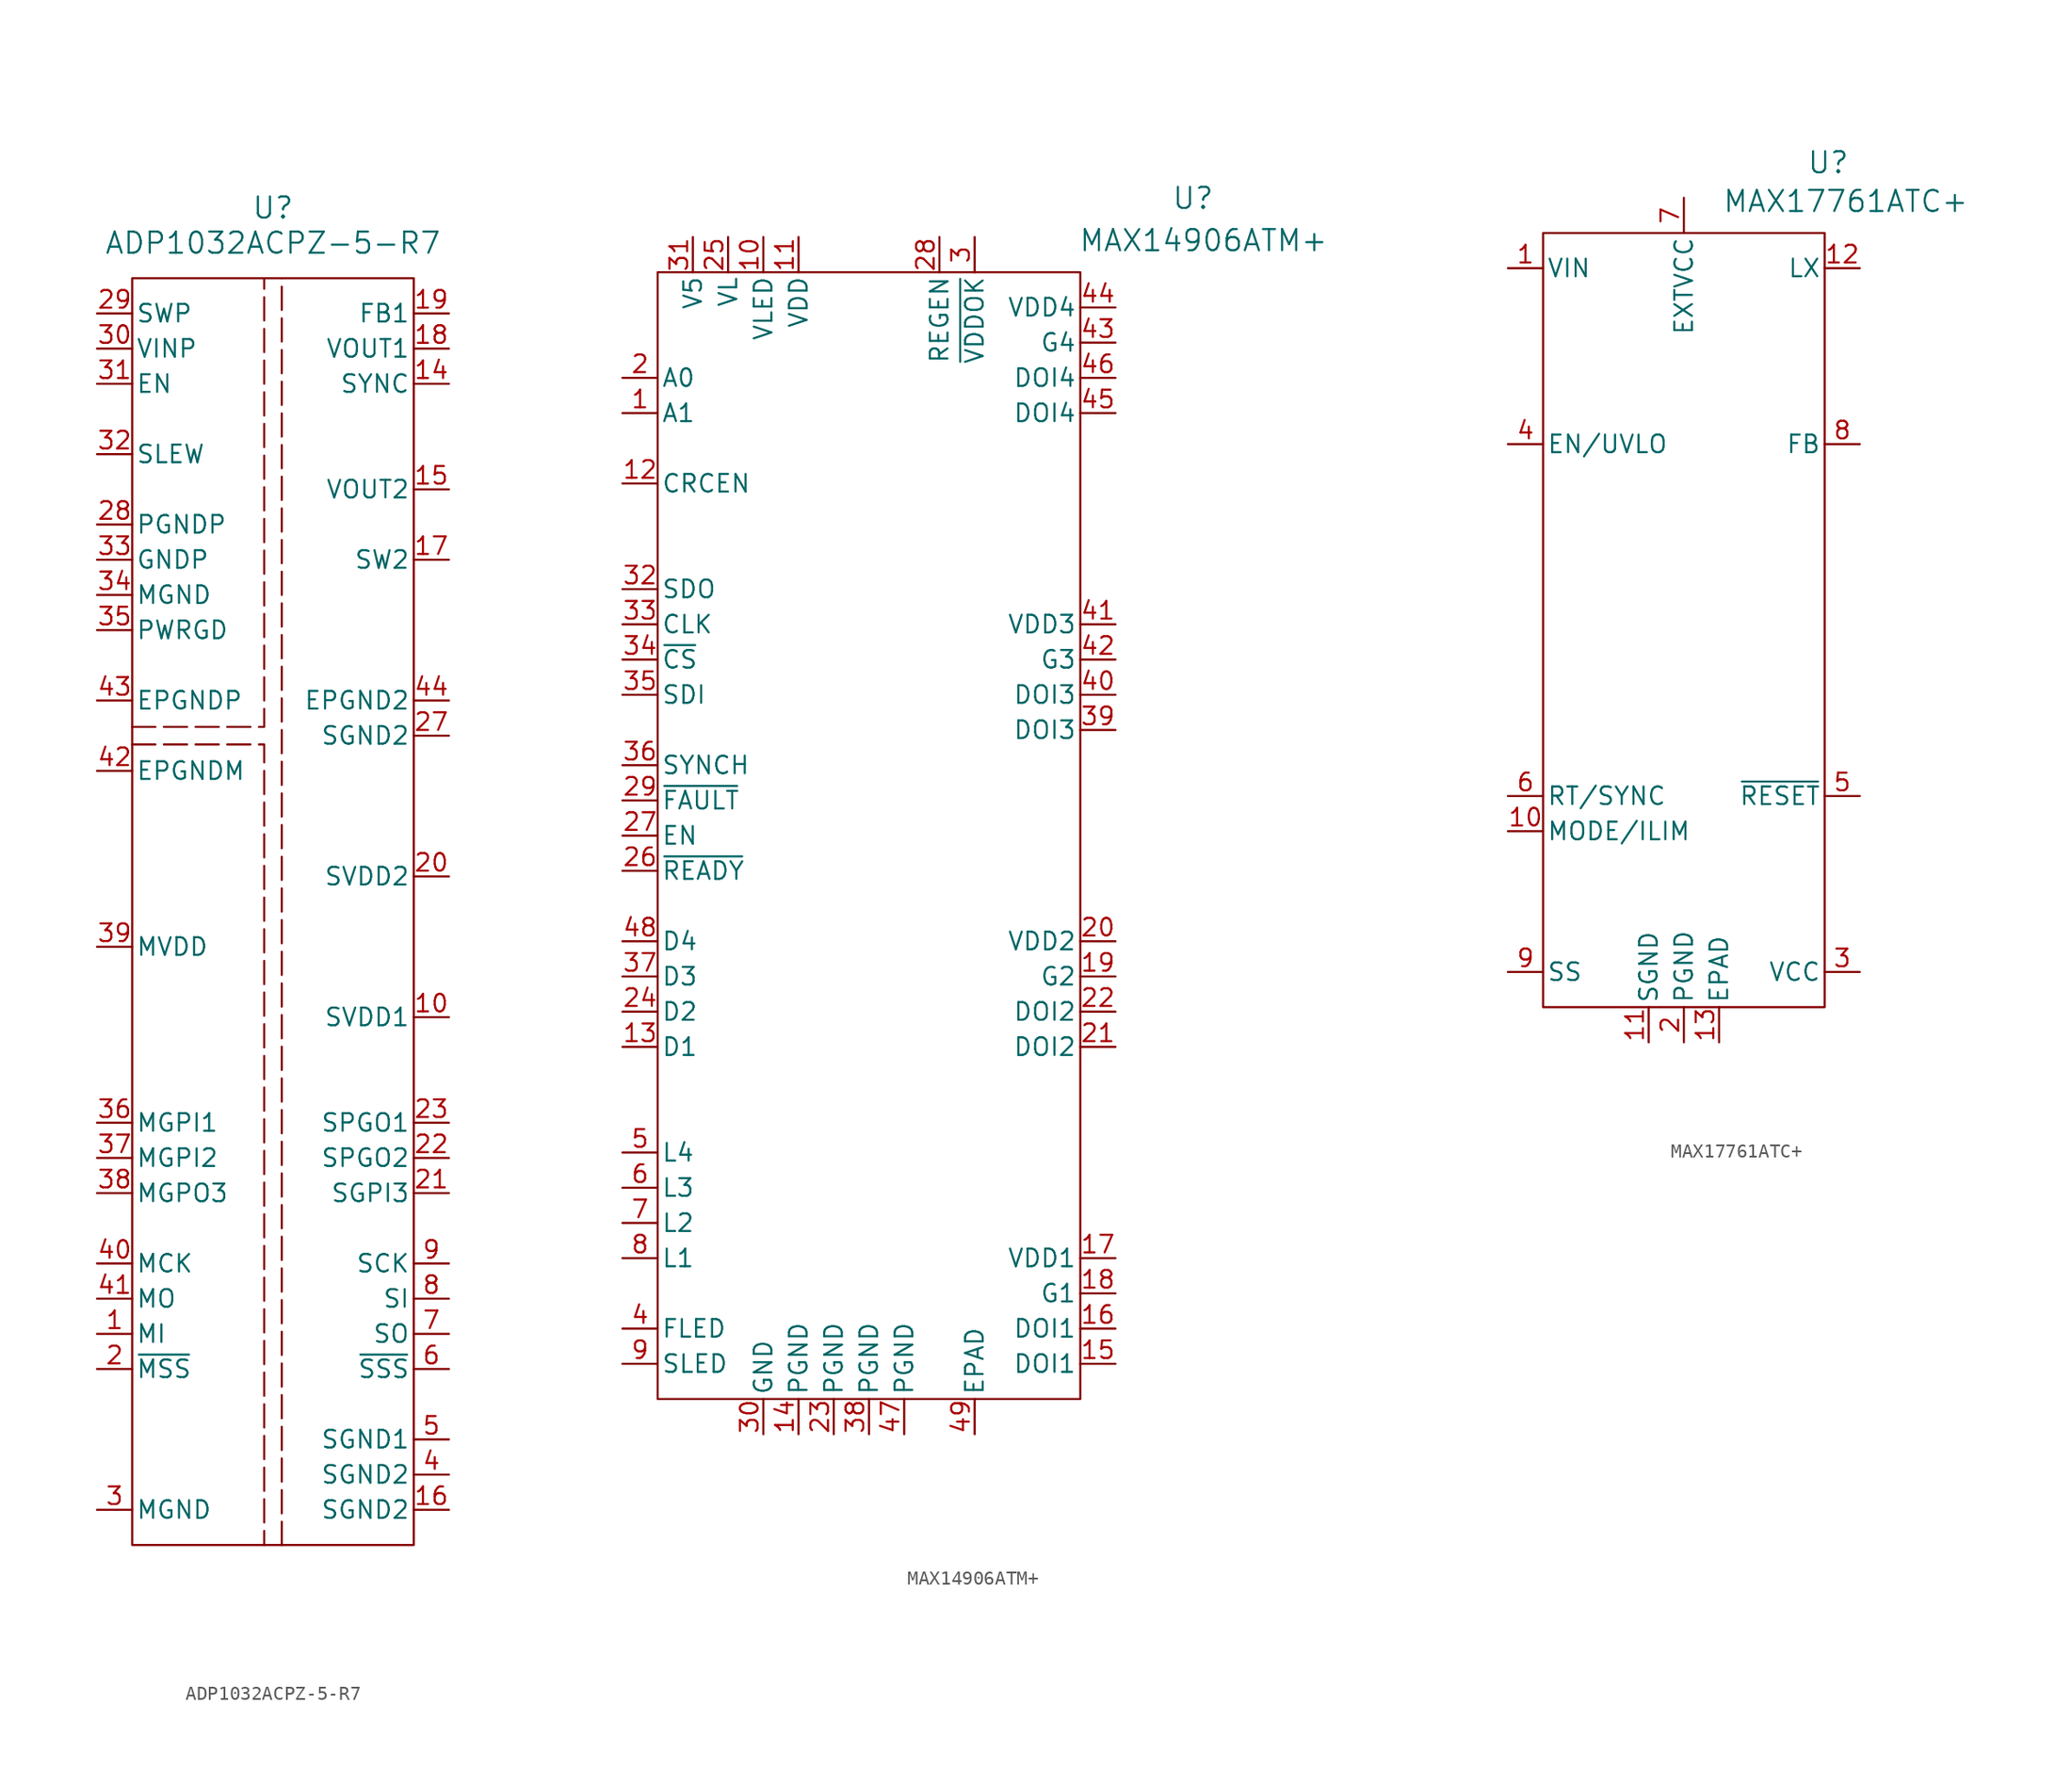
<source format=kicad_sym>
(kicad_symbol_lib
  (version 20231120)
  (generator "kicad_symbol_editor")
  (generator_version "8.0")
  (symbol "ADP1032ACPZ-5-R7"
    (pin_names
      (offset 0.254))
    (property "Reference" "U"
      (at 0 53.34 0)
      (effects (font (size 1.524 1.524))))
    (property "Value" "ADP1032ACPZ-5-R7"
      (at 0 50.8 0)
      (effects (font (size 1.524 1.524))))
    (symbol "ADP1032ACPZ-5-R7_0_1"
      (pin output line (at -12.7 -27.94 0) (length 2.54) (name "MI" (effects (font (size 1.27 1.27)))) (number "1" (effects (font (size 1.27 1.27)))))
      (pin power_in line (at 12.7 -5.08 180) (length 2.54) (name "SVDD1" (effects (font (size 1.27 1.27)))) (number "10" (effects (font (size 1.27 1.27)))))
      (pin input line (at 12.7 40.64 180) (length 2.54) (name "SYNC" (effects (font (size 1.27 1.27)))) (number "14" (effects (font (size 1.27 1.27)))))
      (pin power_in line (at 12.7 33.02 180) (length 2.54) (name "VOUT2" (effects (font (size 1.27 1.27)))) (number "15" (effects (font (size 1.27 1.27)))))
      (pin power_out line (at 12.7 -40.64 180) (length 2.54) (name "SGND2" (effects (font (size 1.27 1.27)))) (number "16" (effects (font (size 1.27 1.27)))))
      (pin unspecified line (at 12.7 27.94 180) (length 2.54) (name "SW2" (effects (font (size 1.27 1.27)))) (number "17" (effects (font (size 1.27 1.27)))))
      (pin power_in line (at 12.7 43.18 180) (length 2.54) (name "VOUT1" (effects (font (size 1.27 1.27)))) (number "18" (effects (font (size 1.27 1.27)))))
      (pin unspecified line (at 12.7 45.72 180) (length 2.54) (name "FB1" (effects (font (size 1.27 1.27)))) (number "19" (effects (font (size 1.27 1.27)))))
      (pin power_in line (at 12.7 5.08 180) (length 2.54) (name "SVDD2" (effects (font (size 1.27 1.27)))) (number "20" (effects (font (size 1.27 1.27)))))
      (pin input line (at 12.7 -17.78 180) (length 2.54) (name "SGPI3" (effects (font (size 1.27 1.27)))) (number "21" (effects (font (size 1.27 1.27)))))
      (pin output line (at 12.7 -15.24 180) (length 2.54) (name "SPGO2" (effects (font (size 1.27 1.27)))) (number "22" (effects (font (size 1.27 1.27)))))
      (pin output line (at 12.7 -12.7 180) (length 2.54) (name "SPGO1" (effects (font (size 1.27 1.27)))) (number "23" (effects (font (size 1.27 1.27)))))
      (pin power_out line (at 12.7 15.24 180) (length 2.54) (name "SGND2" (effects (font (size 1.27 1.27)))) (number "27" (effects (font (size 1.27 1.27)))))
      (pin power_out line (at -12.7 30.48 0) (length 2.54) (name "PGNDP" (effects (font (size 1.27 1.27)))) (number "28" (effects (font (size 1.27 1.27)))))
      (pin unspecified line (at -12.7 45.72 0) (length 2.54) (name "SWP" (effects (font (size 1.27 1.27)))) (number "29" (effects (font (size 1.27 1.27)))))
      (pin power_out line (at -12.7 -40.64 0) (length 2.54) (name "MGND" (effects (font (size 1.27 1.27)))) (number "3" (effects (font (size 1.27 1.27)))))
      (pin power_in line (at -12.7 43.18 0) (length 2.54) (name "VINP" (effects (font (size 1.27 1.27)))) (number "30" (effects (font (size 1.27 1.27)))))
      (pin input line (at -12.7 40.64 0) (length 2.54) (name "EN" (effects (font (size 1.27 1.27)))) (number "31" (effects (font (size 1.27 1.27)))))
      (pin input line (at -12.7 35.56 0) (length 2.54) (name "SLEW" (effects (font (size 1.27 1.27)))) (number "32" (effects (font (size 1.27 1.27)))))
      (pin power_out line (at -12.7 27.94 0) (length 2.54) (name "GNDP" (effects (font (size 1.27 1.27)))) (number "33" (effects (font (size 1.27 1.27)))))
      (pin power_out line (at -12.7 25.4 0) (length 2.54) (name "MGND" (effects (font (size 1.27 1.27)))) (number "34" (effects (font (size 1.27 1.27)))))
      (pin power_out line (at -12.7 22.86 0) (length 2.54) (name "PWRGD" (effects (font (size 1.27 1.27)))) (number "35" (effects (font (size 1.27 1.27)))))
      (pin input line (at -12.7 -12.7 0) (length 2.54) (name "MGPI1" (effects (font (size 1.27 1.27)))) (number "36" (effects (font (size 1.27 1.27)))))
      (pin input line (at -12.7 -15.24 0) (length 2.54) (name "MGPI2" (effects (font (size 1.27 1.27)))) (number "37" (effects (font (size 1.27 1.27)))))
      (pin output line (at -12.7 -17.78 0) (length 2.54) (name "MGPO3" (effects (font (size 1.27 1.27)))) (number "38" (effects (font (size 1.27 1.27)))))
      (pin power_in line (at -12.7 0 0) (length 2.54) (name "MVDD" (effects (font (size 1.27 1.27)))) (number "39" (effects (font (size 1.27 1.27)))))
      (pin power_out line (at 12.7 -38.1 180) (length 2.54) (name "SGND2" (effects (font (size 1.27 1.27)))) (number "4" (effects (font (size 1.27 1.27)))))
      (pin input line (at -12.7 -22.86 0) (length 2.54) (name "MCK" (effects (font (size 1.27 1.27)))) (number "40" (effects (font (size 1.27 1.27)))))
      (pin input line (at -12.7 -25.4 0) (length 2.54) (name "MO" (effects (font (size 1.27 1.27)))) (number "41" (effects (font (size 1.27 1.27)))))
      (pin power_out line (at -12.7 12.7 0) (length 2.54) (name "EPGNDM" (effects (font (size 1.27 1.27)))) (number "42" (effects (font (size 1.27 1.27)))))
      (pin power_out line (at -12.7 17.78 0) (length 2.54) (name "EPGNDP" (effects (font (size 1.27 1.27)))) (number "43" (effects (font (size 1.27 1.27)))))
      (pin power_out line (at 12.7 17.78 180) (length 2.54) (name "EPGND2" (effects (font (size 1.27 1.27)))) (number "44" (effects (font (size 1.27 1.27)))))
      (pin power_out line (at 12.7 -35.56 180) (length 2.54) (name "SGND1" (effects (font (size 1.27 1.27)))) (number "5" (effects (font (size 1.27 1.27)))))
      (pin input line (at 12.7 -27.94 180) (length 2.54) (name "SO" (effects (font (size 1.27 1.27)))) (number "7" (effects (font (size 1.27 1.27)))))
      (pin output line (at 12.7 -25.4 180) (length 2.54) (name "SI" (effects (font (size 1.27 1.27)))) (number "8" (effects (font (size 1.27 1.27)))))
      (pin output line (at 12.7 -22.86 180) (length 2.54) (name "SCK" (effects (font (size 1.27 1.27)))) (number "9" (effects (font (size 1.27 1.27))))))
    (symbol "ADP1032ACPZ-5-R7_1_1"
      (rectangle (start -10.16 48.26) (end 10.16 -43.18) (stroke (width 0) (type default)) (fill (type none)))
      (polyline (pts (xy 0.635 -43.18) (xy 0.635 48.26)) (stroke (width 0) (type dash)) (fill (type none)))
      (polyline (pts (xy -10.16 14.605) (xy -0.635 14.605) (xy -0.635 -43.18)) (stroke (width 0) (type dash)) (fill (type none)))
      (polyline (pts (xy -10.16 15.875) (xy -0.635 15.875) (xy -0.635 48.26)) (stroke (width 0) (type dash)) (fill (type none)))
      (pin no_connect line (at 12.7 -2.54 180) (length 2.54) hide (name "DNC" (effects (font (size 1.27 1.27)))) (number "11" (effects (font (size 1.27 1.27)))))
      (pin no_connect line (at 12.7 0 180) (length 2.54) hide (name "DNC" (effects (font (size 1.27 1.27)))) (number "12" (effects (font (size 1.27 1.27)))))
      (pin no_connect line (at 12.7 2.54 180) (length 2.54) hide (name "DNC" (effects (font (size 1.27 1.27)))) (number "13" (effects (font (size 1.27 1.27)))))
      (pin input line (at -12.7 -30.48 0) (length 2.54) (name "~{MSS}" (effects (font (size 1.27 1.27)))) (number "2" (effects (font (size 1.27 1.27)))))
      (pin no_connect line (at 12.7 7.62 180) (length 2.54) hide (name "DNC" (effects (font (size 1.27 1.27)))) (number "24" (effects (font (size 1.27 1.27)))))
      (pin no_connect line (at 12.7 10.16 180) (length 2.54) hide (name "DNC" (effects (font (size 1.27 1.27)))) (number "25" (effects (font (size 1.27 1.27)))))
      (pin no_connect line (at 12.7 12.7 180) (length 2.54) hide (name "DNC" (effects (font (size 1.27 1.27)))) (number "26" (effects (font (size 1.27 1.27)))))
      (pin output line (at 12.7 -30.48 180) (length 2.54) (name "~{SSS}" (effects (font (size 1.27 1.27)))) (number "6" (effects (font (size 1.27 1.27)))))))
  (symbol "MAX14906ATM+"
    (pin_names
      (offset 0.254))
    (property "Reference" "U"
      (at 23.368 45.974 0)
      (effects (font (size 1.524 1.524))))
    (property "Value" "MAX14906ATM+"
      (at 24.13 42.926 0)
      (effects (font (size 1.524 1.524))))
    (symbol "MAX14906ATM+_1_1"
      (rectangle (start -15.24 40.64) (end 15.24 -40.64) (stroke (width 0) (type default)) (fill (type none)))
      (pin unspecified line (at -17.78 30.48 0) (length 2.54) (name "A1" (effects (font (size 1.27 1.27)))) (number "1" (effects (font (size 1.27 1.27)))))
      (pin unspecified line (at -7.62 43.18 270) (length 2.54) (name "VLED" (effects (font (size 1.27 1.27)))) (number "10" (effects (font (size 1.27 1.27)))))
      (pin power_in line (at -5.08 43.18 270) (length 2.54) (name "VDD" (effects (font (size 1.27 1.27)))) (number "11" (effects (font (size 1.27 1.27)))))
      (pin unspecified line (at -17.78 25.4 0) (length 2.54) (name "CRCEN" (effects (font (size 1.27 1.27)))) (number "12" (effects (font (size 1.27 1.27)))))
      (pin bidirectional line (at -17.78 -15.24 0) (length 2.54) (name "D1" (effects (font (size 1.27 1.27)))) (number "13" (effects (font (size 1.27 1.27)))))
      (pin power_in line (at -5.08 -43.18 90) (length 2.54) (name "PGND" (effects (font (size 1.27 1.27)))) (number "14" (effects (font (size 1.27 1.27)))))
      (pin bidirectional line (at 17.78 -38.1 180) (length 2.54) (name "DOI1" (effects (font (size 1.27 1.27)))) (number "15" (effects (font (size 1.27 1.27)))))
      (pin bidirectional line (at 17.78 -35.56 180) (length 2.54) (name "DOI1" (effects (font (size 1.27 1.27)))) (number "16" (effects (font (size 1.27 1.27)))))
      (pin power_in line (at 17.78 -30.48 180) (length 2.54) (name "VDD1" (effects (font (size 1.27 1.27)))) (number "17" (effects (font (size 1.27 1.27)))))
      (pin output line (at 17.78 -33.02 180) (length 2.54) (name "G1" (effects (font (size 1.27 1.27)))) (number "18" (effects (font (size 1.27 1.27)))))
      (pin output line (at 17.78 -10.16 180) (length 2.54) (name "G2" (effects (font (size 1.27 1.27)))) (number "19" (effects (font (size 1.27 1.27)))))
      (pin unspecified line (at -17.78 33.02 0) (length 2.54) (name "A0" (effects (font (size 1.27 1.27)))) (number "2" (effects (font (size 1.27 1.27)))))
      (pin power_in line (at 17.78 -7.62 180) (length 2.54) (name "VDD2" (effects (font (size 1.27 1.27)))) (number "20" (effects (font (size 1.27 1.27)))))
      (pin bidirectional line (at 17.78 -15.24 180) (length 2.54) (name "DOI2" (effects (font (size 1.27 1.27)))) (number "21" (effects (font (size 1.27 1.27)))))
      (pin bidirectional line (at 17.78 -12.7 180) (length 2.54) (name "DOI2" (effects (font (size 1.27 1.27)))) (number "22" (effects (font (size 1.27 1.27)))))
      (pin power_in line (at -2.54 -43.18 90) (length 2.54) (name "PGND" (effects (font (size 1.27 1.27)))) (number "23" (effects (font (size 1.27 1.27)))))
      (pin bidirectional line (at -17.78 -12.7 0) (length 2.54) (name "D2" (effects (font (size 1.27 1.27)))) (number "24" (effects (font (size 1.27 1.27)))))
      (pin input line (at -10.16 43.18 270) (length 2.54) (name "VL" (effects (font (size 1.27 1.27)))) (number "25" (effects (font (size 1.27 1.27)))))
      (pin output line (at -17.78 -2.54 0) (length 2.54) (name "~{READY}" (effects (font (size 1.27 1.27)))) (number "26" (effects (font (size 1.27 1.27)))))
      (pin unspecified line (at -17.78 0 0) (length 2.54) (name "EN" (effects (font (size 1.27 1.27)))) (number "27" (effects (font (size 1.27 1.27)))))
      (pin input line (at 5.08 43.18 270) (length 2.54) (name "REGEN" (effects (font (size 1.27 1.27)))) (number "28" (effects (font (size 1.27 1.27)))))
      (pin output line (at -17.78 2.54 0) (length 2.54) (name "~{FAULT}" (effects (font (size 1.27 1.27)))) (number "29" (effects (font (size 1.27 1.27)))))
      (pin output line (at 7.62 43.18 270) (length 2.54) (name "~{VDDOK}" (effects (font (size 1.27 1.27)))) (number "3" (effects (font (size 1.27 1.27)))))
      (pin power_in line (at -7.62 -43.18 90) (length 2.54) (name "GND" (effects (font (size 1.27 1.27)))) (number "30" (effects (font (size 1.27 1.27)))))
      (pin power_in line (at -12.7 43.18 270) (length 2.54) (name "V5" (effects (font (size 1.27 1.27)))) (number "31" (effects (font (size 1.27 1.27)))))
      (pin output line (at -17.78 17.78 0) (length 2.54) (name "SDO" (effects (font (size 1.27 1.27)))) (number "32" (effects (font (size 1.27 1.27)))))
      (pin input line (at -17.78 15.24 0) (length 2.54) (name "CLK" (effects (font (size 1.27 1.27)))) (number "33" (effects (font (size 1.27 1.27)))))
      (pin input line (at -17.78 12.7 0) (length 2.54) (name "~{CS}" (effects (font (size 1.27 1.27)))) (number "34" (effects (font (size 1.27 1.27)))))
      (pin input line (at -17.78 10.16 0) (length 2.54) (name "SDI" (effects (font (size 1.27 1.27)))) (number "35" (effects (font (size 1.27 1.27)))))
      (pin input line (at -17.78 5.08 0) (length 2.54) (name "SYNCH" (effects (font (size 1.27 1.27)))) (number "36" (effects (font (size 1.27 1.27)))))
      (pin bidirectional line (at -17.78 -10.16 0) (length 2.54) (name "D3" (effects (font (size 1.27 1.27)))) (number "37" (effects (font (size 1.27 1.27)))))
      (pin power_in line (at 0 -43.18 90) (length 2.54) (name "PGND" (effects (font (size 1.27 1.27)))) (number "38" (effects (font (size 1.27 1.27)))))
      (pin bidirectional line (at 17.78 7.62 180) (length 2.54) (name "DOI3" (effects (font (size 1.27 1.27)))) (number "39" (effects (font (size 1.27 1.27)))))
      (pin unspecified line (at -17.78 -35.56 0) (length 2.54) (name "FLED" (effects (font (size 1.27 1.27)))) (number "4" (effects (font (size 1.27 1.27)))))
      (pin bidirectional line (at 17.78 10.16 180) (length 2.54) (name "DOI3" (effects (font (size 1.27 1.27)))) (number "40" (effects (font (size 1.27 1.27)))))
      (pin power_in line (at 17.78 15.24 180) (length 2.54) (name "VDD3" (effects (font (size 1.27 1.27)))) (number "41" (effects (font (size 1.27 1.27)))))
      (pin output line (at 17.78 12.7 180) (length 2.54) (name "G3" (effects (font (size 1.27 1.27)))) (number "42" (effects (font (size 1.27 1.27)))))
      (pin output line (at 17.78 35.56 180) (length 2.54) (name "G4" (effects (font (size 1.27 1.27)))) (number "43" (effects (font (size 1.27 1.27)))))
      (pin power_in line (at 17.78 38.1 180) (length 2.54) (name "VDD4" (effects (font (size 1.27 1.27)))) (number "44" (effects (font (size 1.27 1.27)))))
      (pin bidirectional line (at 17.78 30.48 180) (length 2.54) (name "DOI4" (effects (font (size 1.27 1.27)))) (number "45" (effects (font (size 1.27 1.27)))))
      (pin bidirectional line (at 17.78 33.02 180) (length 2.54) (name "DOI4" (effects (font (size 1.27 1.27)))) (number "46" (effects (font (size 1.27 1.27)))))
      (pin power_in line (at 2.54 -43.18 90) (length 2.54) (name "PGND" (effects (font (size 1.27 1.27)))) (number "47" (effects (font (size 1.27 1.27)))))
      (pin bidirectional line (at -17.78 -7.62 0) (length 2.54) (name "D4" (effects (font (size 1.27 1.27)))) (number "48" (effects (font (size 1.27 1.27)))))
      (pin power_in line (at 7.62 -43.18 90) (length 2.54) (name "EPAD" (effects (font (size 1.27 1.27)))) (number "49" (effects (font (size 1.27 1.27)))))
      (pin unspecified line (at -17.78 -22.86 0) (length 2.54) (name "L4" (effects (font (size 1.27 1.27)))) (number "5" (effects (font (size 1.27 1.27)))))
      (pin unspecified line (at -17.78 -25.4 0) (length 2.54) (name "L3" (effects (font (size 1.27 1.27)))) (number "6" (effects (font (size 1.27 1.27)))))
      (pin unspecified line (at -17.78 -27.94 0) (length 2.54) (name "L2" (effects (font (size 1.27 1.27)))) (number "7" (effects (font (size 1.27 1.27)))))
      (pin unspecified line (at -17.78 -30.48 0) (length 2.54) (name "L1" (effects (font (size 1.27 1.27)))) (number "8" (effects (font (size 1.27 1.27)))))
      (pin unspecified line (at -17.78 -38.1 0) (length 2.54) (name "SLED" (effects (font (size 1.27 1.27)))) (number "9" (effects (font (size 1.27 1.27)))))))
  (symbol "MAX17761ATC+"
    (pin_names
      (offset 0.254))
    (property "Reference" "U"
      (at 10.414 30.48 0)
      (effects (font (size 1.524 1.524))))
    (property "Value" "MAX17761ATC+"
      (at 11.684 27.686 0)
      (effects (font (size 1.524 1.524))))
    (symbol "MAX17761ATC+_0_1"
      (pin unspecified line (at -12.7 22.86 0) (length 2.54) (name "VIN" (effects (font (size 1.27 1.27)))) (number "1" (effects (font (size 1.27 1.27)))))
      (pin unspecified line (at -12.7 -17.78 0) (length 2.54) (name "MODE/ILIM" (effects (font (size 1.27 1.27)))) (number "10" (effects (font (size 1.27 1.27)))))
      (pin power_out line (at -2.54 -33.02 90) (length 2.54) (name "SGND" (effects (font (size 1.27 1.27)))) (number "11" (effects (font (size 1.27 1.27)))))
      (pin unspecified line (at 12.7 22.86 180) (length 2.54) (name "LX" (effects (font (size 1.27 1.27)))) (number "12" (effects (font (size 1.27 1.27)))))
      (pin unspecified line (at 2.54 -33.02 90) (length 2.54) (name "EPAD" (effects (font (size 1.27 1.27)))) (number "13" (effects (font (size 1.27 1.27)))))
      (pin power_out line (at 0 -33.02 90) (length 2.54) (name "PGND" (effects (font (size 1.27 1.27)))) (number "2" (effects (font (size 1.27 1.27)))))
      (pin power_in line (at 12.7 -27.94 180) (length 2.54) (name "VCC" (effects (font (size 1.27 1.27)))) (number "3" (effects (font (size 1.27 1.27)))))
      (pin unspecified line (at -12.7 10.16 0) (length 2.54) (name "EN/UVLO" (effects (font (size 1.27 1.27)))) (number "4" (effects (font (size 1.27 1.27)))))
      (pin unspecified line (at -12.7 -15.24 0) (length 2.54) (name "RT/SYNC" (effects (font (size 1.27 1.27)))) (number "6" (effects (font (size 1.27 1.27)))))
      (pin unspecified line (at 0 27.94 270) (length 2.54) (name "EXTVCC" (effects (font (size 1.27 1.27)))) (number "7" (effects (font (size 1.27 1.27)))))
      (pin unspecified line (at 12.7 10.16 180) (length 2.54) (name "FB" (effects (font (size 1.27 1.27)))) (number "8" (effects (font (size 1.27 1.27)))))
      (pin unspecified line (at -12.7 -27.94 0) (length 2.54) (name "SS" (effects (font (size 1.27 1.27)))) (number "9" (effects (font (size 1.27 1.27))))))
    (symbol "MAX17761ATC+_1_0"
      (rectangle (start -10.16 25.4) (end 10.16 -30.48) (stroke (width 0) (type default)) (fill (type none))))
    (symbol "MAX17761ATC+_1_1"
      (pin unspecified line (at 12.7 -15.24 180) (length 2.54) (name "~{RESET}" (effects (font (size 1.27 1.27)))) (number "5" (effects (font (size 1.27 1.27))))))))
</source>
